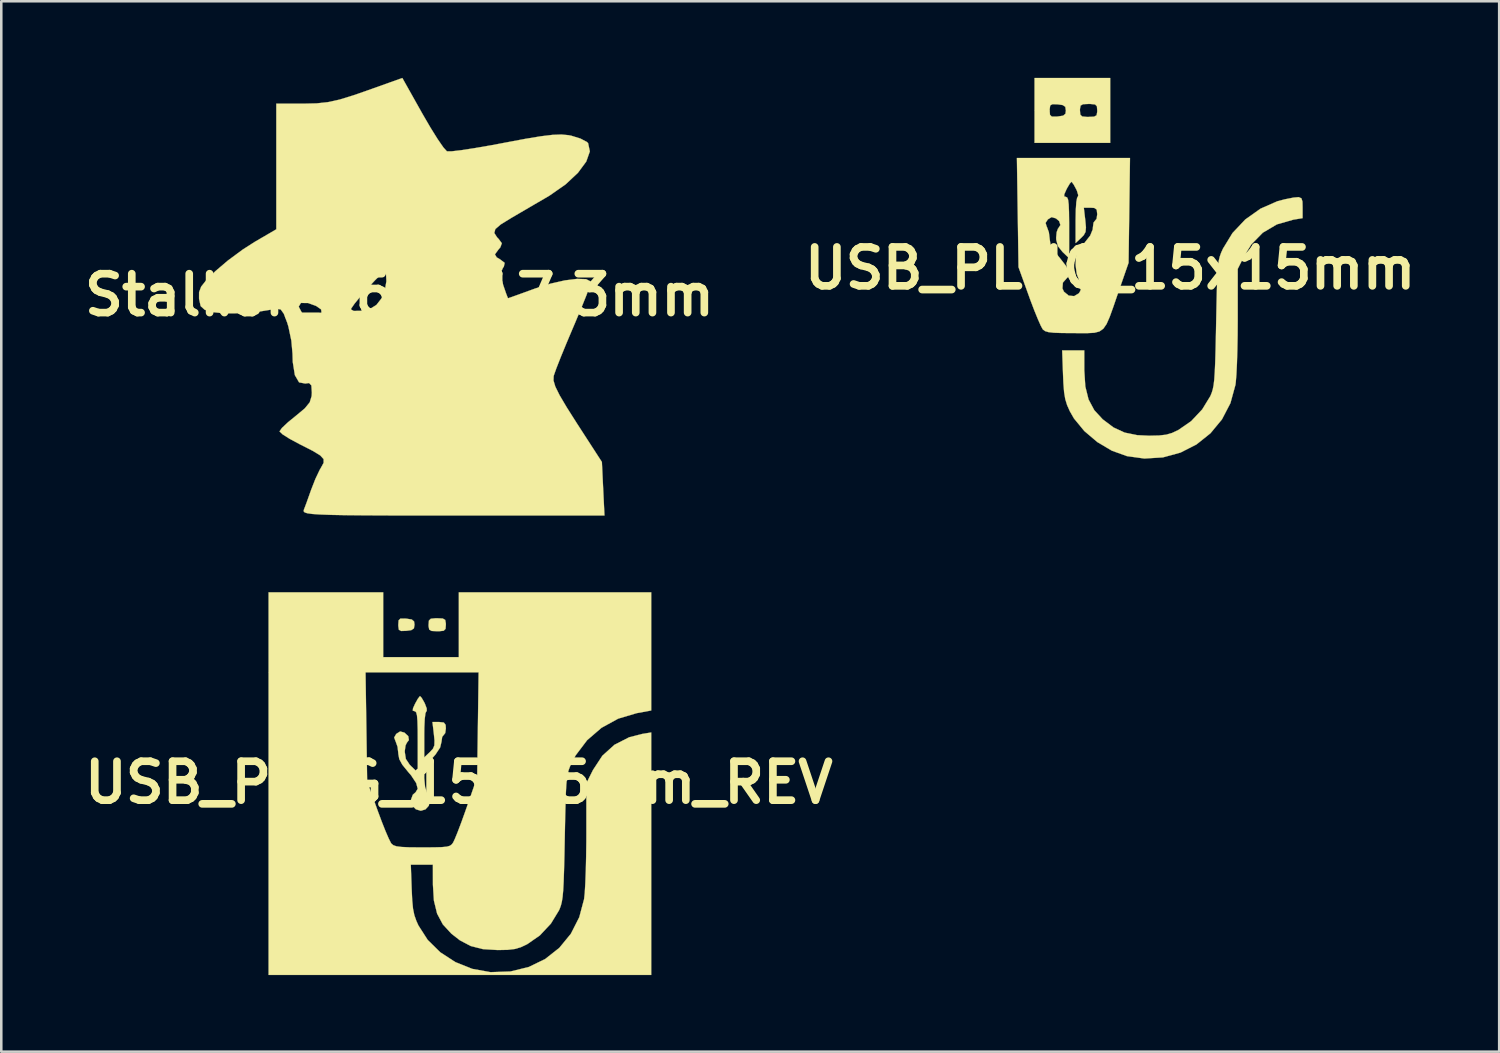
<source format=kicad_pcb>
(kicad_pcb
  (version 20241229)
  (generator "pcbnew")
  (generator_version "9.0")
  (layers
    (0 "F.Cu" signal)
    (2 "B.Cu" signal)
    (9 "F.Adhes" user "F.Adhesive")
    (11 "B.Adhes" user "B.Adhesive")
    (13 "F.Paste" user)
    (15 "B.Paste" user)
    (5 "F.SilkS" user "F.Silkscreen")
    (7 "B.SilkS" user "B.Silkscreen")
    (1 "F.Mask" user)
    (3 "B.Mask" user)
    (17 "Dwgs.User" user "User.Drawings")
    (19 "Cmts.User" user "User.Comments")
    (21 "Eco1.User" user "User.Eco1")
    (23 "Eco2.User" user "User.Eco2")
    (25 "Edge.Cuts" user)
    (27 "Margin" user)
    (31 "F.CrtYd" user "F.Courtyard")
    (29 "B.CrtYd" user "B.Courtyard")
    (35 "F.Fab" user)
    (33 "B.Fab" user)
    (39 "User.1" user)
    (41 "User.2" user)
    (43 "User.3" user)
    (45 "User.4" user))
  (footprint "USB_PLUG_15x15mm_REV"
    (layer "F.Cu")
    (at 14.921 27.6)
    (property "Reference" "USB_PLUG_15x15mm_REV" (at 0 0 0) (layer "F.SilkS") (effects (font (size 1.524 1.524) (thickness 0.3))))
    (attr through_hole)
    (fp_poly (pts (xy -2.053 -6.419) (xy -1.842 -6.386) (xy -1.753 -6.31) (xy -1.736 -6.181) (xy -1.759 -6.038) (xy -1.861 -5.97) (xy -2.053 -5.943) (xy -2.261 -5.936) (xy -2.35 -5.986) (xy -2.37 -6.131) (xy -2.371 -6.181) (xy -2.359 -6.352) (xy -2.289 -6.421) (xy -2.113 -6.423) (xy -2.053 -6.419)) (stroke (width 0.01) (type solid)) (fill yes) (layer "F.SilkS"))
    (fp_poly (pts (xy -0.63 -6.425) (xy -0.533 -6.37) (xy -0.509 -6.235) (xy -0.508 -6.181) (xy -0.521 -6.018) (xy -0.594 -5.945) (xy -0.774 -5.927) (xy -0.847 -5.927) (xy -1.064 -5.937) (xy -1.16 -5.991) (xy -1.185 -6.126) (xy -1.185 -6.181) (xy -1.172 -6.344) (xy -1.099 -6.416) (xy -0.919 -6.434) (xy -0.847 -6.435) (xy -0.63 -6.425)) (stroke (width 0.01) (type solid)) (fill yes) (layer "F.SilkS"))
    (fp_poly (pts (xy -1.455 -3.317) (xy -1.358 -3.148) (xy -1.329 -3.09) (xy -1.259 -2.904) (xy -1.257 -2.801) (xy -1.271 -2.794) (xy -1.308 -2.714) (xy -1.336 -2.489) (xy -1.352 -2.147) (xy -1.355 -1.89) (xy -1.355 -0.986) (xy -1.137 -1.191) (xy -1.015 -1.322) (xy -0.958 -1.455) (xy -0.953 -1.65) (xy -0.976 -1.883) (xy -1.033 -2.371) (xy -0.77 -2.371) (xy -0.587 -2.351) (xy -0.517 -2.259) (xy -0.508 -2.117) (xy -0.533 -1.938) (xy -0.592 -1.863) (xy -0.593 -1.863) (xy -0.652 -1.789) (xy -0.677 -1.611) (xy -0.677 -1.607) (xy -0.733 -1.372) (xy -0.912 -1.102) (xy -1.016 -0.983) (xy -1.212 -0.754) (xy -1.313 -0.567) (xy -1.351 -0.352) (xy -1.355 -0.178) (xy -1.322 0.169) (xy -1.236 0.438) (xy -1.216 0.472) (xy -1.133 0.705) (xy -1.176 0.907) (xy -1.306 1.05) (xy -1.488 1.105) (xy -1.683 1.047) (xy -1.812 0.918) (xy -1.882 0.691) (xy -1.802 0.476) (xy -1.693 0.381) (xy -1.61 0.242) (xy -1.67 0.02) (xy -1.868 -0.28) (xy -1.99 -0.423) (xy -2.214 -0.699) (xy -2.332 -0.916) (xy -2.37 -1.122) (xy -2.371 -1.147) (xy -2.4 -1.4) (xy -2.472 -1.604) (xy -2.475 -1.608) (xy -2.533 -1.764) (xy -2.456 -1.898) (xy -2.442 -1.912) (xy -2.299 -2.002) (xy -2.132 -1.956) (xy -2.127 -1.953) (xy -1.98 -1.816) (xy -1.956 -1.663) (xy -2.032 -1.566) (xy -2.087 -1.455) (xy -2.116 -1.246) (xy -2.117 -1.196) (xy -2.075 -0.924) (xy -1.924 -0.697) (xy -1.863 -0.635) (xy -1.609 -0.392) (xy -1.609 -1.593) (xy -1.611 -2.075) (xy -1.621 -2.413) (xy -1.639 -2.629) (xy -1.67 -2.747) (xy -1.715 -2.791) (xy -1.734 -2.794) (xy -1.804 -2.816) (xy -1.794 -2.909) (xy -1.713 -3.088) (xy -1.608 -3.277) (xy -1.53 -3.379) (xy -1.519 -3.385) (xy -1.455 -3.317)) (stroke (width 0.01) (type solid)) (fill yes) (layer "F.SilkS"))
    (fp_poly (pts (xy -2.963 -4.911) (xy 0 -4.911) (xy 0 -7.451) (xy 7.535 -7.451) (xy 7.535 -2.823) (xy 6.965 -2.718) (xy 6.242 -2.503) (xy 5.587 -2.144) (xy 5.025 -1.66) (xy 4.577 -1.068) (xy 4.414 -0.762) (xy 4.351 -0.623) (xy 4.302 -0.491) (xy 4.263 -0.344) (xy 4.233 -0.162) (xy 4.21 0.079) (xy 4.193 0.399) (xy 4.179 0.821) (xy 4.165 1.365) (xy 4.151 2.055) (xy 4.149 2.159) (xy 4.135 2.877) (xy 4.12 3.446) (xy 4.105 3.889) (xy 4.087 4.226) (xy 4.064 4.479) (xy 4.034 4.669) (xy 3.997 4.817) (xy 3.95 4.945) (xy 3.923 5.006) (xy 3.605 5.527) (xy 3.172 5.988) (xy 2.675 6.333) (xy 2.672 6.334) (xy 2.424 6.451) (xy 2.19 6.519) (xy 1.908 6.552) (xy 1.524 6.56) (xy 0.944 6.524) (xy 0.466 6.403) (xy 0.04 6.178) (xy -0.293 5.918) (xy -0.627 5.555) (xy -0.851 5.134) (xy -0.976 4.623) (xy -1.015 4) (xy -1.016 3.217) (xy -1.881 3.217) (xy -1.847 4.17) (xy -1.826 4.617) (xy -1.794 4.943) (xy -1.742 5.196) (xy -1.661 5.425) (xy -1.582 5.599) (xy -1.219 6.164) (xy -0.727 6.648) (xy -0.136 7.032) (xy 0.525 7.297) (xy 1.227 7.424) (xy 1.249 7.426) (xy 2.022 7.4) (xy 2.738 7.224) (xy 3.381 6.912) (xy 3.936 6.474) (xy 4.387 5.924) (xy 4.717 5.275) (xy 4.906 4.564) (xy 4.932 4.321) (xy 4.954 3.942) (xy 4.973 3.458) (xy 4.986 2.903) (xy 4.994 2.308) (xy 4.995 2.024) (xy 4.995 0.027) (xy 5.256 -0.494) (xy 5.622 -1.052) (xy 6.096 -1.48) (xy 6.67 -1.773) (xy 7.176 -1.903) (xy 7.535 -1.962) (xy 7.535 7.535) (xy -7.451 7.535) (xy -7.451 -4.318) (xy -3.654 -4.318) (xy -3.622 -2.18) (xy -3.591 -0.042) (xy -3.179 1.101) (xy -3.022 1.523) (xy -2.874 1.897) (xy -2.748 2.189) (xy -2.659 2.365) (xy -2.641 2.392) (xy -2.565 2.454) (xy -2.445 2.497) (xy -2.25 2.522) (xy -1.951 2.536) (xy -1.518 2.54) (xy -1.428 2.54) (xy -0.98 2.538) (xy -0.672 2.53) (xy -0.471 2.511) (xy -0.349 2.476) (xy -0.274 2.42) (xy -0.223 2.349) (xy -0.154 2.203) (xy -0.043 1.931) (xy 0.095 1.567) (xy 0.247 1.144) (xy 0.307 0.974) (xy 0.719 -0.212) (xy 0.747 -2.265) (xy 0.775 -4.318) (xy -3.654 -4.318) (xy -7.451 -4.318) (xy -7.451 -7.451) (xy -2.963 -7.451) (xy -2.963 -4.911)) (stroke (width 0.01) (type solid)) (fill yes) (layer "F.SilkS")))
  (footprint "USB_PLUG_15x15mm"
    (layer "F.Cu")
    (at 40.433 7.456)
    (property "Reference" "USB_PLUG_15x15mm" (at 0 0 0) (layer "F.SilkS") (effects (font (size 1.524 1.524) (thickness 0.3))))
    (attr through_hole)
    (fp_poly (pts (xy 0 -4.911) (xy -2.963 -4.911) (xy -2.963 -6.181) (xy -2.371 -6.181) (xy -2.359 -6.009) (xy -2.289 -5.941) (xy -2.113 -5.938) (xy -2.053 -5.943) (xy -1.842 -5.976) (xy -1.753 -6.051) (xy -1.736 -6.181) (xy -1.185 -6.181) (xy -1.172 -6.018) (xy -1.099 -5.945) (xy -0.919 -5.927) (xy -0.847 -5.927) (xy -0.63 -5.937) (xy -0.533 -5.991) (xy -0.509 -6.126) (xy -0.508 -6.181) (xy -0.521 -6.344) (xy -0.594 -6.416) (xy -0.774 -6.434) (xy -0.847 -6.435) (xy -1.064 -6.425) (xy -1.16 -6.37) (xy -1.185 -6.235) (xy -1.185 -6.181) (xy -1.736 -6.181) (xy -1.759 -6.323) (xy -1.861 -6.391) (xy -2.053 -6.419) (xy -2.261 -6.426) (xy -2.35 -6.376) (xy -2.37 -6.231) (xy -2.371 -6.181) (xy -2.963 -6.181) (xy -2.963 -7.451) (xy 0 -7.451) (xy 0 -4.911)) (stroke (width 0.01) (type solid)) (fill yes) (layer "F.SilkS"))
    (fp_poly (pts (xy 7.49 -2.738) (xy 7.53 -2.61) (xy 7.535 -2.386) (xy 7.535 -1.962) (xy 7.176 -1.903) (xy 6.529 -1.718) (xy 5.978 -1.393) (xy 5.528 -0.935) (xy 5.256 -0.494) (xy 4.995 0.027) (xy 4.995 2.024) (xy 4.991 2.626) (xy 4.98 3.204) (xy 4.964 3.725) (xy 4.943 4.158) (xy 4.918 4.469) (xy 4.906 4.564) (xy 4.709 5.283) (xy 4.377 5.92) (xy 3.927 6.464) (xy 3.38 6.901) (xy 2.753 7.22) (xy 2.066 7.408) (xy 1.338 7.453) (xy 0.656 7.359) (xy 0.065 7.146) (xy -0.505 6.808) (xy -1.014 6.376) (xy -1.418 5.885) (xy -1.582 5.599) (xy -1.689 5.358) (xy -1.76 5.127) (xy -1.805 4.857) (xy -1.833 4.5) (xy -1.847 4.17) (xy -1.881 3.217) (xy -1.016 3.217) (xy -1.015 4) (xy -0.975 4.63) (xy -0.848 5.14) (xy -0.623 5.56) (xy -0.293 5.918) (xy 0.131 6.237) (xy 0.565 6.437) (xy 1.06 6.538) (xy 1.524 6.56) (xy 1.912 6.551) (xy 2.193 6.519) (xy 2.427 6.45) (xy 2.672 6.334) (xy 3.17 5.99) (xy 3.603 5.53) (xy 3.922 5.009) (xy 3.923 5.006) (xy 3.975 4.88) (xy 4.017 4.745) (xy 4.05 4.578) (xy 4.076 4.359) (xy 4.096 4.065) (xy 4.113 3.677) (xy 4.128 3.172) (xy 4.142 2.529) (xy 4.149 2.159) (xy 4.164 1.449) (xy 4.177 0.886) (xy 4.191 0.449) (xy 4.208 0.117) (xy 4.23 -0.133) (xy 4.258 -0.322) (xy 4.296 -0.472) (xy 4.344 -0.605) (xy 4.405 -0.742) (xy 4.414 -0.762) (xy 4.79 -1.379) (xy 5.291 -1.91) (xy 5.887 -2.333) (xy 6.546 -2.623) (xy 6.841 -2.7) (xy 7.179 -2.767) (xy 7.385 -2.785) (xy 7.49 -2.738)) (stroke (width 0.01) (type solid)) (fill yes) (layer "F.SilkS"))
    (fp_poly (pts (xy 0.747 -2.265) (xy 0.719 -0.212) (xy 0.307 0.974) (xy 0.124 1.508) (xy -0.019 1.905) (xy -0.143 2.186) (xy -0.27 2.369) (xy -0.424 2.477) (xy -0.625 2.528) (xy -0.897 2.542) (xy -1.262 2.541) (xy -1.428 2.54) (xy -1.888 2.537) (xy -2.208 2.526) (xy -2.418 2.502) (xy -2.549 2.463) (xy -2.63 2.404) (xy -2.641 2.392) (xy -2.714 2.261) (xy -2.829 2.003) (xy -2.972 1.653) (xy -3.128 1.242) (xy -3.179 1.101) (xy -3.591 -0.042) (xy -3.616 -1.775) (xy -2.532 -1.775) (xy -2.485 -1.626) (xy -2.475 -1.608) (xy -2.402 -1.408) (xy -2.371 -1.154) (xy -2.371 -1.147) (xy -2.34 -0.939) (xy -2.232 -0.726) (xy -2.021 -0.459) (xy -1.99 -0.423) (xy -1.734 -0.094) (xy -1.618 0.16) (xy -1.642 0.334) (xy -1.693 0.381) (xy -1.853 0.563) (xy -1.871 0.79) (xy -1.812 0.918) (xy -1.625 1.072) (xy -1.412 1.092) (xy -1.228 0.982) (xy -1.172 0.892) (xy -1.122 0.698) (xy -1.191 0.511) (xy -1.216 0.472) (xy -1.31 0.226) (xy -1.354 -0.113) (xy -1.355 -0.178) (xy -1.342 -0.446) (xy -1.282 -0.641) (xy -1.147 -0.836) (xy -1.016 -0.983) (xy -0.785 -1.276) (xy -0.685 -1.52) (xy -0.677 -1.607) (xy -0.653 -1.786) (xy -0.594 -1.863) (xy -0.593 -1.863) (xy -0.533 -1.936) (xy -0.508 -2.114) (xy -0.508 -2.117) (xy -0.528 -2.295) (xy -0.624 -2.362) (xy -0.77 -2.371) (xy -1.033 -2.371) (xy -0.976 -1.883) (xy -0.95 -1.599) (xy -0.966 -1.423) (xy -1.036 -1.295) (xy -1.137 -1.191) (xy -1.355 -0.986) (xy -1.355 -1.89) (xy -1.347 -2.293) (xy -1.327 -2.592) (xy -1.295 -2.763) (xy -1.271 -2.794) (xy -1.251 -2.86) (xy -1.3 -3.025) (xy -1.329 -3.09) (xy -1.431 -3.279) (xy -1.507 -3.379) (xy -1.519 -3.385) (xy -1.583 -3.315) (xy -1.684 -3.145) (xy -1.713 -3.088) (xy -1.798 -2.897) (xy -1.801 -2.812) (xy -1.734 -2.794) (xy -1.684 -2.769) (xy -1.648 -2.679) (xy -1.626 -2.5) (xy -1.614 -2.207) (xy -1.609 -1.777) (xy -1.609 -1.593) (xy -1.609 -0.392) (xy -1.863 -0.635) (xy -2.048 -0.865) (xy -2.114 -1.117) (xy -2.117 -1.196) (xy -2.096 -1.416) (xy -2.045 -1.554) (xy -2.032 -1.566) (xy -1.95 -1.694) (xy -2.001 -1.848) (xy -2.127 -1.953) (xy -2.295 -2.002) (xy -2.438 -1.916) (xy -2.442 -1.912) (xy -2.532 -1.775) (xy -3.616 -1.775) (xy -3.622 -2.18) (xy -3.654 -4.318) (xy 0.775 -4.318) (xy 0.747 -2.265)) (stroke (width 0.01) (type solid)) (fill yes) (layer "F.SilkS")))
  (footprint "Stalker_16.1x17.3mm"
    (layer "F.Cu")
    (at 12.598 8.504)
    (property "Reference" "Stalker_16.1x17.3mm" (at 0 0 0) (layer "F.SilkS") (effects (font (size 1.524 1.524) (thickness 0.3))))
    (attr through_hole)
    (fp_poly (pts (xy 0.898 -7.096) (xy 1.211 -6.558) (xy 1.494 -6.104) (xy 1.718 -5.78) (xy 1.854 -5.63) (xy 1.861 -5.626) (xy 2.04 -5.627) (xy 2.421 -5.672) (xy 2.96 -5.755) (xy 3.612 -5.868) (xy 4.105 -5.961) (xy 4.923 -6.115) (xy 5.538 -6.217) (xy 5.995 -6.272) (xy 6.338 -6.285) (xy 6.613 -6.26) (xy 6.725 -6.239) (xy 7.086 -6.127) (xy 7.339 -5.994) (xy 7.386 -5.947) (xy 7.454 -5.624) (xy 7.314 -5.227) (xy 6.989 -4.787) (xy 6.504 -4.333) (xy 5.88 -3.897) (xy 5.78 -3.837) (xy 5.252 -3.53) (xy 4.676 -3.193) (xy 4.381 -3.021) (xy 3.967 -2.766) (xy 3.753 -2.583) (xy 3.712 -2.429) (xy 3.819 -2.261) (xy 3.88 -2.198) (xy 4.007 -2.027) (xy 3.95 -1.868) (xy 3.869 -1.773) (xy 3.736 -1.59) (xy 3.807 -1.473) (xy 3.935 -1.398) (xy 4.118 -1.259) (xy 4.085 -1.108) (xy 4.053 -1.067) (xy 3.968 -0.881) (xy 3.997 -0.607) (xy 4.065 -0.377) (xy 4.172 -0.066) (xy 4.241 0.111) (xy 4.251 0.127) (xy 4.37 0.087) (xy 4.672 -0.021) (xy 5.102 -0.177) (xy 5.313 -0.254) (xy 5.912 -0.444) (xy 6.476 -0.572) (xy 6.958 -0.632) (xy 7.309 -0.62) (xy 7.483 -0.531) (xy 7.493 -0.489) (xy 7.445 -0.325) (xy 7.314 0.026) (xy 7.117 0.514) (xy 6.875 1.093) (xy 6.805 1.257) (xy 6.545 1.872) (xy 6.317 2.427) (xy 6.143 2.87) (xy 6.046 3.144) (xy 6.037 3.176) (xy 6.031 3.35) (xy 6.102 3.588) (xy 6.269 3.926) (xy 6.549 4.4) (xy 6.941 5.018) (xy 7.926 6.54) (xy 7.976 7.588) (xy 8.027 8.636) (xy 2.095 8.636) (xy 0.713 8.636) (xy -0.436 8.634) (xy -1.372 8.63) (xy -2.118 8.623) (xy -2.694 8.612) (xy -3.12 8.596) (xy -3.418 8.576) (xy -3.61 8.549) (xy -3.715 8.515) (xy -3.754 8.473) (xy -3.75 8.423) (xy -3.747 8.414) (xy -3.651 8.162) (xy -3.517 7.786) (xy -3.458 7.62) (xy -3.296 7.206) (xy -3.126 6.848) (xy -3.072 6.756) (xy -2.973 6.574) (xy -2.973 6.428) (xy -3.104 6.284) (xy -3.4 6.104) (xy -3.892 5.853) (xy -3.905 5.847) (xy -4.299 5.636) (xy -4.583 5.456) (xy -4.699 5.343) (xy -4.699 5.34) (xy -4.606 5.208) (xy -4.363 4.979) (xy -4.069 4.74) (xy -3.709 4.44) (xy -3.516 4.202) (xy -3.442 3.958) (xy -3.434 3.827) (xy -3.452 3.542) (xy -3.543 3.448) (xy -3.69 3.468) (xy -3.934 3.422) (xy -4.099 3.139) (xy -4.181 2.626) (xy -4.191 2.3) (xy -4.236 1.791) (xy -4.35 1.247) (xy -4.397 1.09) (xy -4.533 0.733) (xy -4.653 0.566) (xy -4.815 0.537) (xy -4.937 0.558) (xy -5.546 0.658) (xy -6.207 0.715) (xy -6.822 0.721) (xy -7.292 0.674) (xy -7.303 0.672) (xy -7.633 0.577) (xy -7.766 0.456) (xy -3.949 0.456) (xy -3.825 0.693) (xy -3.784 0.737) (xy -3.558 0.817) (xy -3.257 0.784) (xy -3.056 0.681) (xy -3.07 0.566) (xy -3.074 0.563) (xy -1.905 0.563) (xy -1.796 0.624) (xy -1.523 0.621) (xy -1.17 0.554) (xy -0.905 0.389) (xy -0.693 0.117) (xy -0.571 -0.208) (xy -0.514 -0.54) (xy -0.527 -0.795) (xy -0.611 -0.889) (xy -0.733 -0.8) (xy -0.963 -0.573) (xy -1.247 -0.267) (xy -1.532 0.058) (xy -1.765 0.344) (xy -1.894 0.531) (xy -1.905 0.563) (xy -3.074 0.563) (xy -3.266 0.429) (xy -3.58 0.315) (xy -3.588 0.313) (xy -3.862 0.312) (xy -3.949 0.456) (xy -7.766 0.456) (xy -7.789 0.435) (xy -7.848 0.168) (xy -7.852 0.136) (xy -7.851 -0.109) (xy -7.769 -0.327) (xy -7.569 -0.58) (xy -7.212 -0.933) (xy -7.205 -0.939) (xy -6.72 -1.352) (xy -6.143 -1.778) (xy -5.672 -2.08) (xy -4.826 -2.573) (xy -4.826 -5.033) (xy -4.826 -7.493) (xy -3.768 -7.493) (xy -3.251 -7.505) (xy -2.806 -7.553) (xy -2.349 -7.653) (xy -1.798 -7.823) (xy -1.3 -7.996) (xy 0.11 -8.499) (xy 0.898 -7.096)) (stroke (width 0.01) (type solid)) (fill yes) (layer "F.SilkS")))
  (gr_rect
    (start -3 -3)
    (end 55.668 38.141)
    (stroke (width 0.1) (type default))
    (fill no)
    (layer "Edge.Cuts")))
</source>
